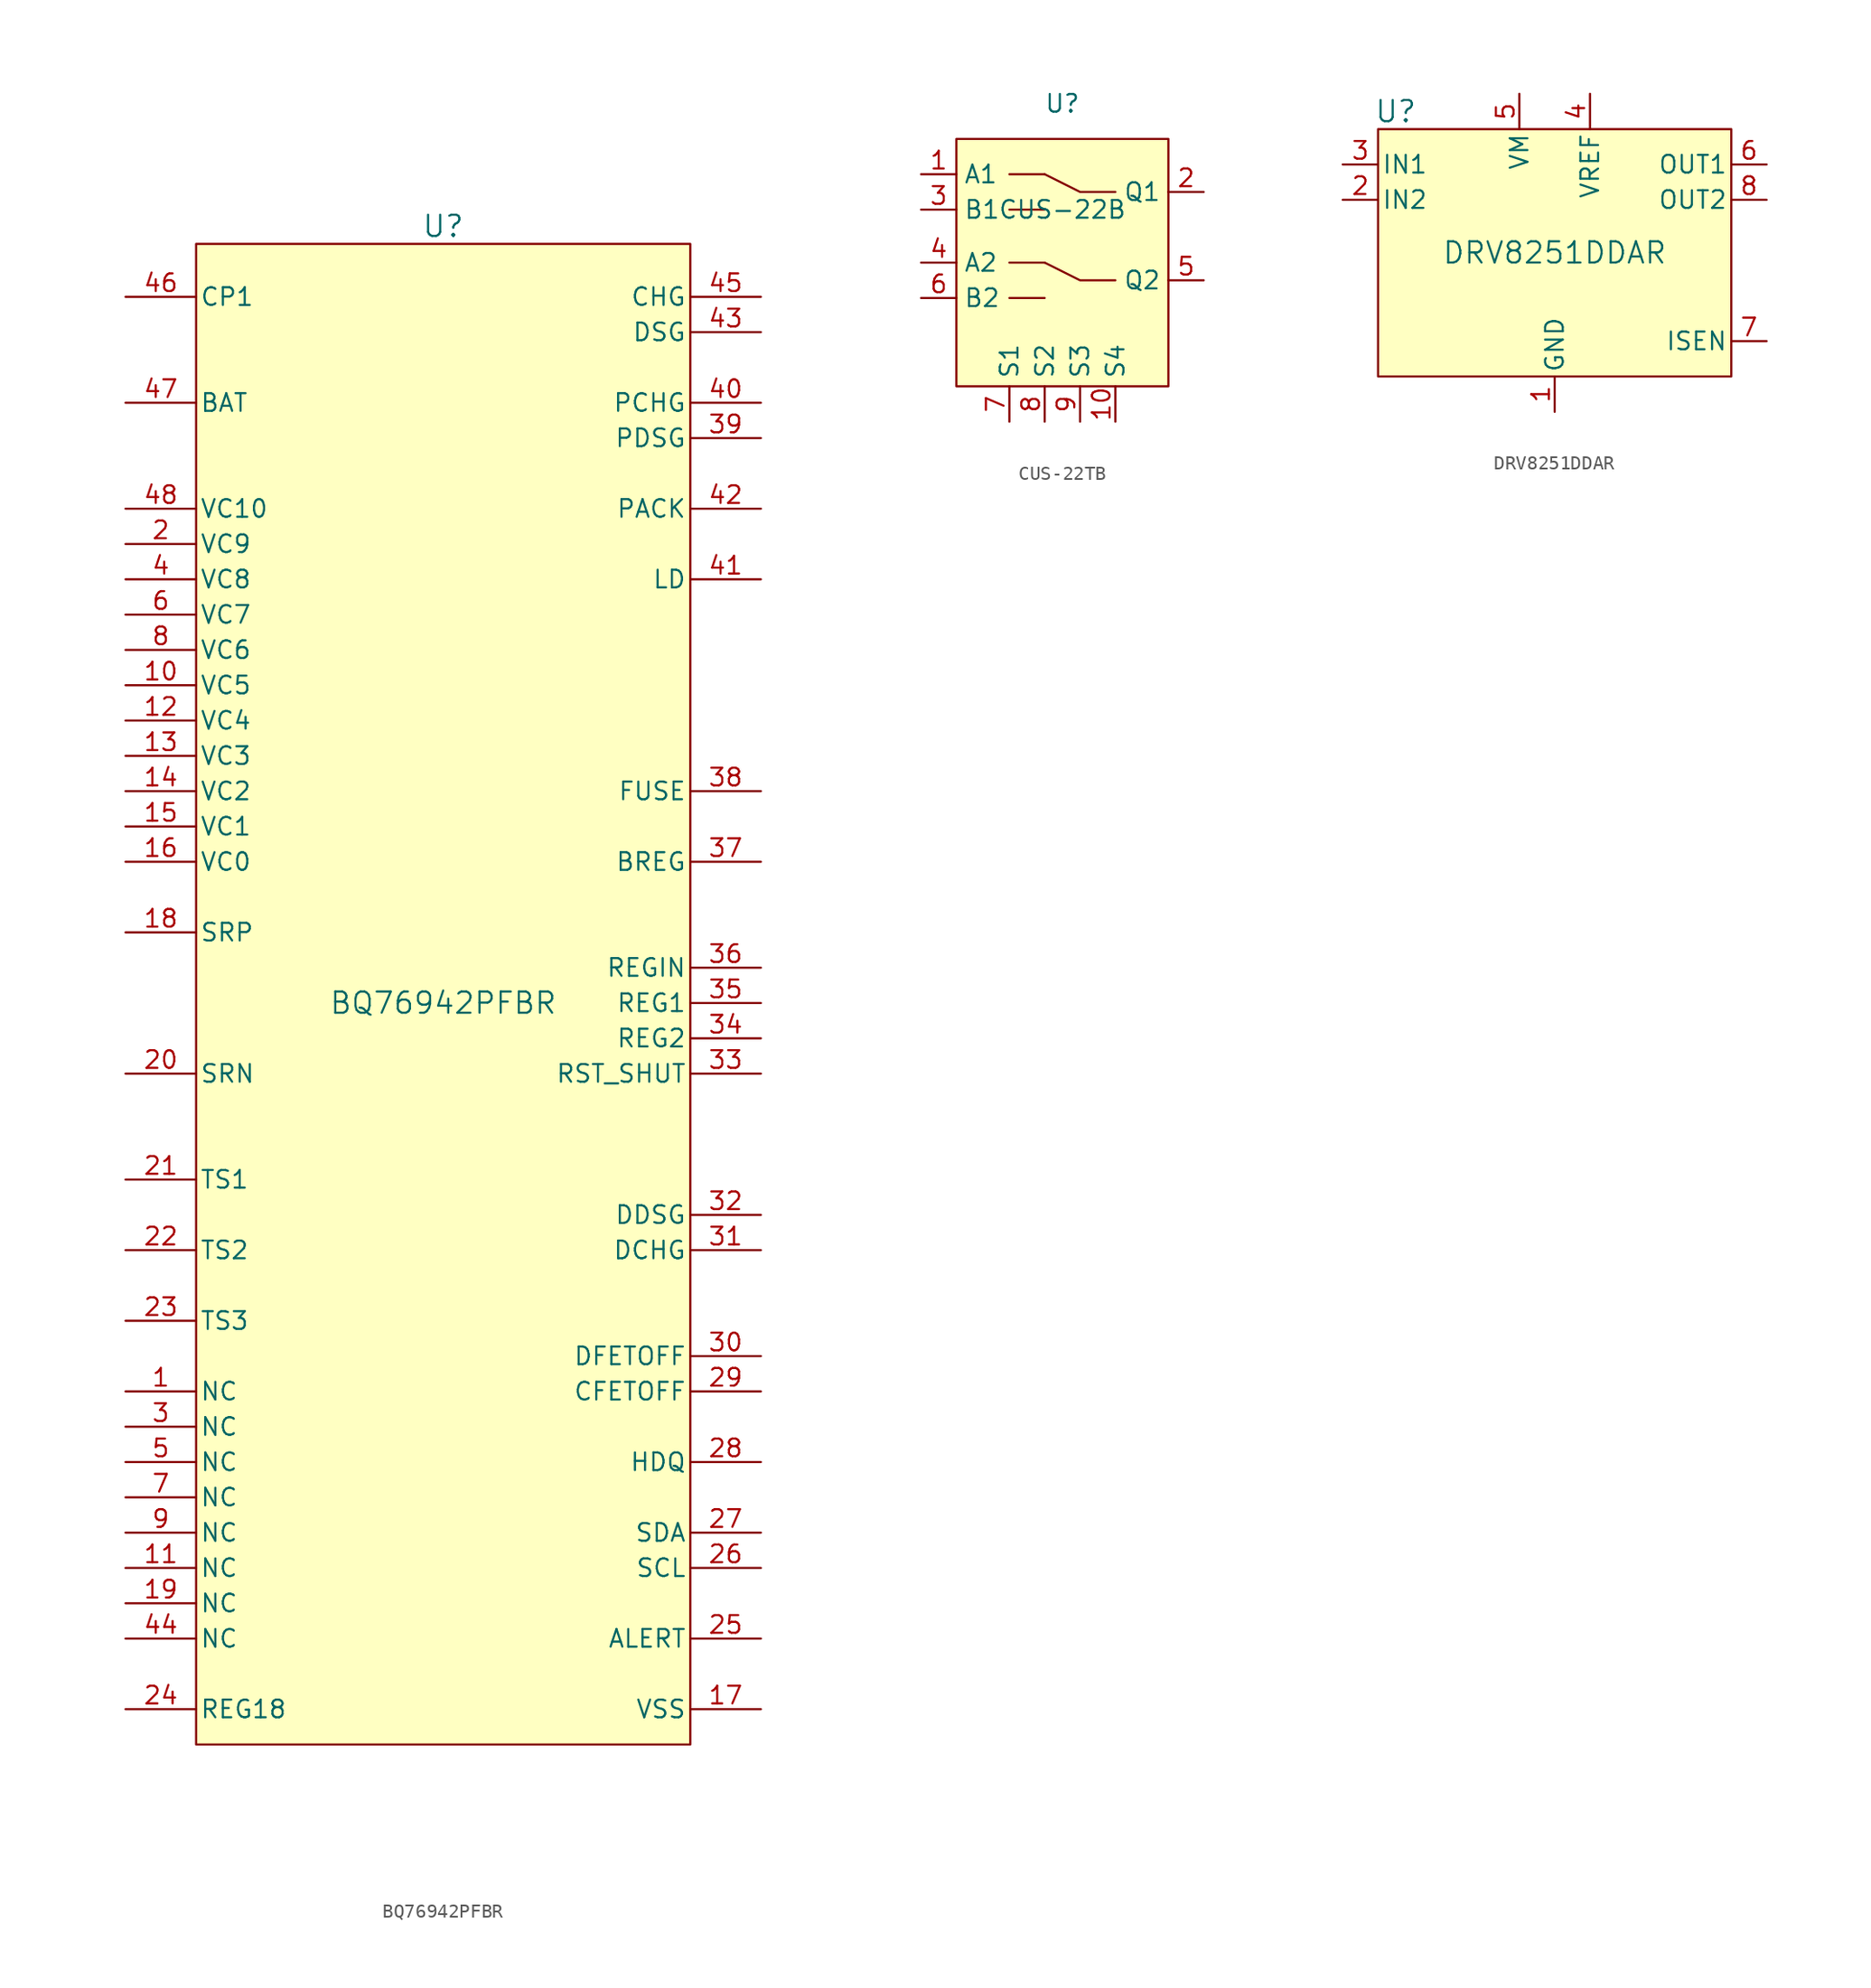
<source format=kicad_sym>
(kicad_symbol_lib
  (version 20220914)
  (generator kicad_symbol_editor)
  (symbol "BQ76942PFBR"
    (pin_names
      (offset 0.254))
    (property "Reference" "U"
      (at 0 55.88 0)
      (effects (font (size 1.524 1.524))))
    (property "Value" "BQ76942PFBR"
      (at 0 0 0)
      (effects (font (size 1.524 1.524))))
    (symbol "BQ76942PFBR_0_1"
      (pin unspecified line (at -22.86 -27.94 0) (length 5.08) (name "NC" (effects (font (size 1.27 1.27)))) (number "1" (effects (font (size 1.27 1.27)))))
      (pin input line (at -22.86 22.86 0) (length 5.08) (name "VC5" (effects (font (size 1.27 1.27)))) (number "10" (effects (font (size 1.27 1.27)))))
      (pin unspecified line (at -22.86 -40.64 0) (length 5.08) (name "NC" (effects (font (size 1.27 1.27)))) (number "11" (effects (font (size 1.27 1.27)))))
      (pin input line (at -22.86 20.32 0) (length 5.08) (name "VC4" (effects (font (size 1.27 1.27)))) (number "12" (effects (font (size 1.27 1.27)))))
      (pin input line (at -22.86 17.78 0) (length 5.08) (name "VC3" (effects (font (size 1.27 1.27)))) (number "13" (effects (font (size 1.27 1.27)))))
      (pin input line (at -22.86 15.24 0) (length 5.08) (name "VC2" (effects (font (size 1.27 1.27)))) (number "14" (effects (font (size 1.27 1.27)))))
      (pin input line (at -22.86 12.7 0) (length 5.08) (name "VC1" (effects (font (size 1.27 1.27)))) (number "15" (effects (font (size 1.27 1.27)))))
      (pin input line (at -22.86 10.16 0) (length 5.08) (name "VC0" (effects (font (size 1.27 1.27)))) (number "16" (effects (font (size 1.27 1.27)))))
      (pin power_in line (at 22.86 -50.8 180) (length 5.08) (name "VSS" (effects (font (size 1.27 1.27)))) (number "17" (effects (font (size 1.27 1.27)))))
      (pin input line (at -22.86 5.08 0) (length 5.08) (name "SRP" (effects (font (size 1.27 1.27)))) (number "18" (effects (font (size 1.27 1.27)))))
      (pin unspecified line (at -22.86 -43.18 0) (length 5.08) (name "NC" (effects (font (size 1.27 1.27)))) (number "19" (effects (font (size 1.27 1.27)))))
      (pin input line (at -22.86 33.02 0) (length 5.08) (name "VC9" (effects (font (size 1.27 1.27)))) (number "2" (effects (font (size 1.27 1.27)))))
      (pin input line (at -22.86 -5.08 0) (length 5.08) (name "SRN" (effects (font (size 1.27 1.27)))) (number "20" (effects (font (size 1.27 1.27)))))
      (pin bidirectional line (at -22.86 -12.7 0) (length 5.08) (name "TS1" (effects (font (size 1.27 1.27)))) (number "21" (effects (font (size 1.27 1.27)))))
      (pin bidirectional line (at -22.86 -17.78 0) (length 5.08) (name "TS2" (effects (font (size 1.27 1.27)))) (number "22" (effects (font (size 1.27 1.27)))))
      (pin bidirectional line (at -22.86 -22.86 0) (length 5.08) (name "TS3" (effects (font (size 1.27 1.27)))) (number "23" (effects (font (size 1.27 1.27)))))
      (pin power_in line (at -22.86 -50.8 0) (length 5.08) (name "REG18" (effects (font (size 1.27 1.27)))) (number "24" (effects (font (size 1.27 1.27)))))
      (pin bidirectional line (at 22.86 -45.72 180) (length 5.08) (name "ALERT" (effects (font (size 1.27 1.27)))) (number "25" (effects (font (size 1.27 1.27)))))
      (pin bidirectional line (at 22.86 -40.64 180) (length 5.08) (name "SCL" (effects (font (size 1.27 1.27)))) (number "26" (effects (font (size 1.27 1.27)))))
      (pin bidirectional line (at 22.86 -38.1 180) (length 5.08) (name "SDA" (effects (font (size 1.27 1.27)))) (number "27" (effects (font (size 1.27 1.27)))))
      (pin bidirectional line (at 22.86 -33.02 180) (length 5.08) (name "HDQ" (effects (font (size 1.27 1.27)))) (number "28" (effects (font (size 1.27 1.27)))))
      (pin bidirectional line (at 22.86 -27.94 180) (length 5.08) (name "CFETOFF" (effects (font (size 1.27 1.27)))) (number "29" (effects (font (size 1.27 1.27)))))
      (pin unspecified line (at -22.86 -30.48 0) (length 5.08) (name "NC" (effects (font (size 1.27 1.27)))) (number "3" (effects (font (size 1.27 1.27)))))
      (pin bidirectional line (at 22.86 -25.4 180) (length 5.08) (name "DFETOFF" (effects (font (size 1.27 1.27)))) (number "30" (effects (font (size 1.27 1.27)))))
      (pin bidirectional line (at 22.86 -17.78 180) (length 5.08) (name "DCHG" (effects (font (size 1.27 1.27)))) (number "31" (effects (font (size 1.27 1.27)))))
      (pin bidirectional line (at 22.86 -15.24 180) (length 5.08) (name "DDSG" (effects (font (size 1.27 1.27)))) (number "32" (effects (font (size 1.27 1.27)))))
      (pin input line (at 22.86 -5.08 180) (length 5.08) (name "RST_SHUT" (effects (font (size 1.27 1.27)))) (number "33" (effects (font (size 1.27 1.27)))))
      (pin power_in line (at 22.86 -2.54 180) (length 5.08) (name "REG2" (effects (font (size 1.27 1.27)))) (number "34" (effects (font (size 1.27 1.27)))))
      (pin power_in line (at 22.86 0 180) (length 5.08) (name "REG1" (effects (font (size 1.27 1.27)))) (number "35" (effects (font (size 1.27 1.27)))))
      (pin input line (at 22.86 2.54 180) (length 5.08) (name "REGIN" (effects (font (size 1.27 1.27)))) (number "36" (effects (font (size 1.27 1.27)))))
      (pin output line (at 22.86 10.16 180) (length 5.08) (name "BREG" (effects (font (size 1.27 1.27)))) (number "37" (effects (font (size 1.27 1.27)))))
      (pin input line (at 22.86 15.24 180) (length 5.08) (name "FUSE" (effects (font (size 1.27 1.27)))) (number "38" (effects (font (size 1.27 1.27)))))
      (pin output line (at 22.86 40.64 180) (length 5.08) (name "PDSG" (effects (font (size 1.27 1.27)))) (number "39" (effects (font (size 1.27 1.27)))))
      (pin input line (at -22.86 30.48 0) (length 5.08) (name "VC8" (effects (font (size 1.27 1.27)))) (number "4" (effects (font (size 1.27 1.27)))))
      (pin output line (at 22.86 43.18 180) (length 5.08) (name "PCHG" (effects (font (size 1.27 1.27)))) (number "40" (effects (font (size 1.27 1.27)))))
      (pin bidirectional line (at 22.86 30.48 180) (length 5.08) (name "LD" (effects (font (size 1.27 1.27)))) (number "41" (effects (font (size 1.27 1.27)))))
      (pin bidirectional line (at 22.86 35.56 180) (length 5.08) (name "PACK" (effects (font (size 1.27 1.27)))) (number "42" (effects (font (size 1.27 1.27)))))
      (pin output line (at 22.86 48.26 180) (length 5.08) (name "DSG" (effects (font (size 1.27 1.27)))) (number "43" (effects (font (size 1.27 1.27)))))
      (pin unspecified line (at -22.86 -45.72 0) (length 5.08) (name "NC" (effects (font (size 1.27 1.27)))) (number "44" (effects (font (size 1.27 1.27)))))
      (pin output line (at 22.86 50.8 180) (length 5.08) (name "CHG" (effects (font (size 1.27 1.27)))) (number "45" (effects (font (size 1.27 1.27)))))
      (pin bidirectional line (at -22.86 50.8 0) (length 5.08) (name "CP1" (effects (font (size 1.27 1.27)))) (number "46" (effects (font (size 1.27 1.27)))))
      (pin power_in line (at -22.86 43.18 0) (length 5.08) (name "BAT" (effects (font (size 1.27 1.27)))) (number "47" (effects (font (size 1.27 1.27)))))
      (pin input line (at -22.86 35.56 0) (length 5.08) (name "VC10" (effects (font (size 1.27 1.27)))) (number "48" (effects (font (size 1.27 1.27)))))
      (pin unspecified line (at -22.86 -33.02 0) (length 5.08) (name "NC" (effects (font (size 1.27 1.27)))) (number "5" (effects (font (size 1.27 1.27)))))
      (pin input line (at -22.86 27.94 0) (length 5.08) (name "VC7" (effects (font (size 1.27 1.27)))) (number "6" (effects (font (size 1.27 1.27)))))
      (pin unspecified line (at -22.86 -35.56 0) (length 5.08) (name "NC" (effects (font (size 1.27 1.27)))) (number "7" (effects (font (size 1.27 1.27)))))
      (pin input line (at -22.86 25.4 0) (length 5.08) (name "VC6" (effects (font (size 1.27 1.27)))) (number "8" (effects (font (size 1.27 1.27)))))
      (pin unspecified line (at -22.86 -38.1 0) (length 5.08) (name "NC" (effects (font (size 1.27 1.27)))) (number "9" (effects (font (size 1.27 1.27))))))
    (symbol "BQ76942PFBR_1_1"
      (rectangle (start -17.78 54.61) (end 17.78 -53.34) (stroke (width 0) (type default)) (fill (type background)))))
  (symbol "CUS-22TB"
    (property "Reference" "U"
      (at 0 7.62 0)
      (effects (font (size 1.27 1.27))))
    (property "Value" "CUS-22B"
      (at 0 0 0)
      (effects (font (size 1.27 1.27))))
    (symbol "CUS-22TB_0_1"
      (polyline (pts (xy -3.81 -6.35) (xy -1.27 -6.35)) (stroke (width 0) (type default)) (fill (type none)))
      (polyline (pts (xy -3.81 0) (xy -1.27 0)) (stroke (width 0) (type default)) (fill (type none)))
      (polyline (pts (xy -1.27 -3.81) (xy -3.81 -3.81)) (stroke (width 0) (type default)) (fill (type none)))
      (polyline (pts (xy -1.27 2.54) (xy -3.81 2.54)) (stroke (width 0) (type default)) (fill (type none)))
      (polyline (pts (xy 3.81 -5.08) (xy 1.27 -5.08) (xy -1.27 -3.81)) (stroke (width 0) (type default)) (fill (type none)))
      (polyline (pts (xy 3.81 1.27) (xy 1.27 1.27) (xy -1.27 2.54)) (stroke (width 0) (type default)) (fill (type none))))
    (symbol "CUS-22TB_1_1"
      (rectangle (start -7.62 5.08) (end 7.62 -12.7) (stroke (width 0) (type default)) (fill (type background)))
      (pin bidirectional line (at -10.16 2.54 0) (length 2.54) (name "A1" (effects (font (size 1.27 1.27)))) (number "1" (effects (font (size 1.27 1.27)))))
      (pin passive line (at 3.81 -15.24 90) (length 2.54) (name "S4" (effects (font (size 1.27 1.27)))) (number "10" (effects (font (size 1.27 1.27)))))
      (pin bidirectional line (at 10.16 1.27 180) (length 2.54) (name "Q1" (effects (font (size 1.27 1.27)))) (number "2" (effects (font (size 1.27 1.27)))))
      (pin bidirectional line (at -10.16 0 0) (length 2.54) (name "B1" (effects (font (size 1.27 1.27)))) (number "3" (effects (font (size 1.27 1.27)))))
      (pin bidirectional line (at -10.16 -3.81 0) (length 2.54) (name "A2" (effects (font (size 1.27 1.27)))) (number "4" (effects (font (size 1.27 1.27)))))
      (pin bidirectional line (at 10.16 -5.08 180) (length 2.54) (name "Q2" (effects (font (size 1.27 1.27)))) (number "5" (effects (font (size 1.27 1.27)))))
      (pin bidirectional line (at -10.16 -6.35 0) (length 2.54) (name "B2" (effects (font (size 1.27 1.27)))) (number "6" (effects (font (size 1.27 1.27)))))
      (pin passive line (at -3.81 -15.24 90) (length 2.54) (name "S1" (effects (font (size 1.27 1.27)))) (number "7" (effects (font (size 1.27 1.27)))))
      (pin passive line (at -1.27 -15.24 90) (length 2.54) (name "S2" (effects (font (size 1.27 1.27)))) (number "8" (effects (font (size 1.27 1.27)))))
      (pin passive line (at 1.27 -15.24 90) (length 2.54) (name "S3" (effects (font (size 1.27 1.27)))) (number "9" (effects (font (size 1.27 1.27)))))))
  (symbol "DRV8251DDAR"
    (pin_names
      (offset 0.254))
    (property "Reference" "U"
      (at -11.43 10.16 0)
      (effects (font (size 1.524 1.524))))
    (property "Value" "DRV8251DDAR"
      (at 0 0 0)
      (effects (font (size 1.524 1.524))))
    (symbol "DRV8251DDAR_1_1"
      (rectangle (start -12.7 8.89) (end 12.7 -8.89) (stroke (width 0) (type default)) (fill (type background)))
      (pin input line (at 0 -11.43 90) (length 2.54) (name "GND" (effects (font (size 1.27 1.27)))) (number "1" (effects (font (size 1.27 1.27)))))
      (pin input line (at -15.24 3.81 0) (length 2.54) (name "IN2" (effects (font (size 1.27 1.27)))) (number "2" (effects (font (size 1.27 1.27)))))
      (pin input line (at -15.24 6.35 0) (length 2.54) (name "IN1" (effects (font (size 1.27 1.27)))) (number "3" (effects (font (size 1.27 1.27)))))
      (pin power_in line (at 2.54 11.43 270) (length 2.54) (name "VREF" (effects (font (size 1.27 1.27)))) (number "4" (effects (font (size 1.27 1.27)))))
      (pin power_in line (at -2.54 11.43 270) (length 2.54) (name "VM" (effects (font (size 1.27 1.27)))) (number "5" (effects (font (size 1.27 1.27)))))
      (pin output line (at 15.24 6.35 180) (length 2.54) (name "OUT1" (effects (font (size 1.27 1.27)))) (number "6" (effects (font (size 1.27 1.27)))))
      (pin output line (at 15.24 -6.35 180) (length 2.54) (name "ISEN" (effects (font (size 1.27 1.27)))) (number "7" (effects (font (size 1.27 1.27)))))
      (pin output line (at 15.24 3.81 180) (length 2.54) (name "OUT2" (effects (font (size 1.27 1.27)))) (number "8" (effects (font (size 1.27 1.27))))))))
</source>
